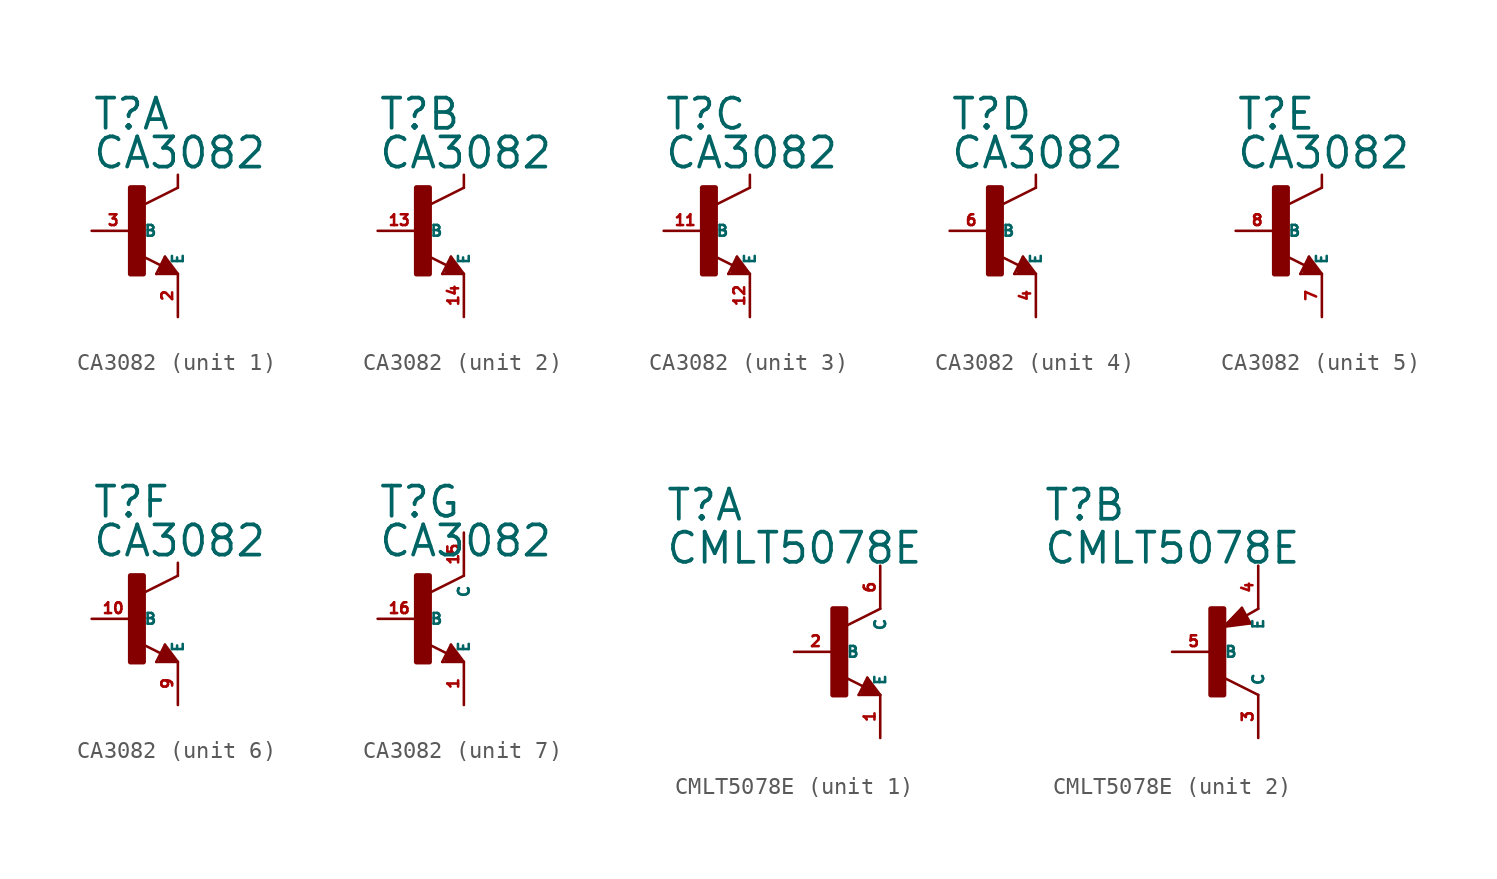
<source format=kicad_sym>
(kicad_symbol_lib
  (version 20220914)
  (generator Eagle2Kicad)
  (symbol "CA3082"
    (property "Reference" "T"
      (at -2.54 5.842 0)
      (effects (font (size 1.778 1.778) (thickness 0.22)) (justify left bottom)))
    (property "Value" "CA3082"
      (at -2.54 3.556 0)
      (effects (font (size 1.778 1.778) (thickness 0.22)) (justify left bottom)))
    (symbol "CA3082_1_0"
      (polyline (pts (xy 2.54 2.54) (xy 0.508 1.524)) (stroke (width 0.152) (type default)) (fill (type none)))
      (polyline (pts (xy 1.54 -2.04) (xy 0.308 -1.424)) (stroke (width 0.152) (type default)) (fill (type none)))
      (polyline (pts (xy 2.54 2.54) (xy 2.54 3.302)) (stroke (width 0.152) (type default)) (fill (type none)))
      (polyline (pts (xy 1.778 -1.524) (xy 2.54 -2.54)) (stroke (width 0.152) (type default)) (fill (type none)))
      (polyline (pts (xy 2.54 -2.54) (xy 1.27 -2.54)) (stroke (width 0.152) (type default)) (fill (type none)))
      (polyline (pts (xy 1.27 -2.54) (xy 1.778 -1.524)) (stroke (width 0.152) (type default)) (fill (type none)))
      (polyline (pts (xy 1.524 -2.413) (xy 2.286 -2.413)) (stroke (width 0.254) (type default)) (fill (type none)))
      (polyline (pts (xy 2.286 -2.413) (xy 1.778 -1.778)) (stroke (width 0.254) (type default)) (fill (type none)))
      (polyline (pts (xy 1.778 -1.778) (xy 1.524 -2.286)) (stroke (width 0.254) (type default)) (fill (type none)))
      (polyline (pts (xy 1.524 -2.286) (xy 1.905 -2.286)) (stroke (width 0.254) (type default)) (fill (type none)))
      (polyline (pts (xy 1.905 -2.286) (xy 1.778 -2.032)) (stroke (width 0.254) (type default)) (fill (type none)))
      (rectangle (start -0.254 -2.54) (end 0.508 2.54) (stroke (width 0.3) (type default)) (fill (type outline)))
      (pin passive line (at -2.54 0 0) (length 2.54) (name "B" (effects (font (size 0.635 0.635) (thickness 0.08)) (justify left bottom))) (number "3" (effects (font (size 0.635 0.635) (thickness 0.08)) (justify left bottom))))
      (pin passive line (at 2.54 -5.08 90) (length 2.54) (name "E" (effects (font (size 0.635 0.635) (thickness 0.08)) (justify left bottom))) (number "2" (effects (font (size 0.635 0.635) (thickness 0.08)) (justify left bottom)))))
    (symbol "CA3082_2_0"
      (polyline (pts (xy 2.54 2.54) (xy 0.508 1.524)) (stroke (width 0.152) (type default)) (fill (type none)))
      (polyline (pts (xy 1.54 -2.04) (xy 0.308 -1.424)) (stroke (width 0.152) (type default)) (fill (type none)))
      (polyline (pts (xy 2.54 2.54) (xy 2.54 3.302)) (stroke (width 0.152) (type default)) (fill (type none)))
      (polyline (pts (xy 1.778 -1.524) (xy 2.54 -2.54)) (stroke (width 0.152) (type default)) (fill (type none)))
      (polyline (pts (xy 2.54 -2.54) (xy 1.27 -2.54)) (stroke (width 0.152) (type default)) (fill (type none)))
      (polyline (pts (xy 1.27 -2.54) (xy 1.778 -1.524)) (stroke (width 0.152) (type default)) (fill (type none)))
      (polyline (pts (xy 1.524 -2.413) (xy 2.286 -2.413)) (stroke (width 0.254) (type default)) (fill (type none)))
      (polyline (pts (xy 2.286 -2.413) (xy 1.778 -1.778)) (stroke (width 0.254) (type default)) (fill (type none)))
      (polyline (pts (xy 1.778 -1.778) (xy 1.524 -2.286)) (stroke (width 0.254) (type default)) (fill (type none)))
      (polyline (pts (xy 1.524 -2.286) (xy 1.905 -2.286)) (stroke (width 0.254) (type default)) (fill (type none)))
      (polyline (pts (xy 1.905 -2.286) (xy 1.778 -2.032)) (stroke (width 0.254) (type default)) (fill (type none)))
      (rectangle (start -0.254 -2.54) (end 0.508 2.54) (stroke (width 0.3) (type default)) (fill (type outline)))
      (pin passive line (at -2.54 0 0) (length 2.54) (name "B" (effects (font (size 0.635 0.635) (thickness 0.08)) (justify left bottom))) (number "13" (effects (font (size 0.635 0.635) (thickness 0.08)) (justify left bottom))))
      (pin passive line (at 2.54 -5.08 90) (length 2.54) (name "E" (effects (font (size 0.635 0.635) (thickness 0.08)) (justify left bottom))) (number "14" (effects (font (size 0.635 0.635) (thickness 0.08)) (justify left bottom)))))
    (symbol "CA3082_3_0"
      (polyline (pts (xy 2.54 2.54) (xy 0.508 1.524)) (stroke (width 0.152) (type default)) (fill (type none)))
      (polyline (pts (xy 1.54 -2.04) (xy 0.308 -1.424)) (stroke (width 0.152) (type default)) (fill (type none)))
      (polyline (pts (xy 2.54 2.54) (xy 2.54 3.302)) (stroke (width 0.152) (type default)) (fill (type none)))
      (polyline (pts (xy 1.778 -1.524) (xy 2.54 -2.54)) (stroke (width 0.152) (type default)) (fill (type none)))
      (polyline (pts (xy 2.54 -2.54) (xy 1.27 -2.54)) (stroke (width 0.152) (type default)) (fill (type none)))
      (polyline (pts (xy 1.27 -2.54) (xy 1.778 -1.524)) (stroke (width 0.152) (type default)) (fill (type none)))
      (polyline (pts (xy 1.524 -2.413) (xy 2.286 -2.413)) (stroke (width 0.254) (type default)) (fill (type none)))
      (polyline (pts (xy 2.286 -2.413) (xy 1.778 -1.778)) (stroke (width 0.254) (type default)) (fill (type none)))
      (polyline (pts (xy 1.778 -1.778) (xy 1.524 -2.286)) (stroke (width 0.254) (type default)) (fill (type none)))
      (polyline (pts (xy 1.524 -2.286) (xy 1.905 -2.286)) (stroke (width 0.254) (type default)) (fill (type none)))
      (polyline (pts (xy 1.905 -2.286) (xy 1.778 -2.032)) (stroke (width 0.254) (type default)) (fill (type none)))
      (rectangle (start -0.254 -2.54) (end 0.508 2.54) (stroke (width 0.3) (type default)) (fill (type outline)))
      (pin passive line (at -2.54 0 0) (length 2.54) (name "B" (effects (font (size 0.635 0.635) (thickness 0.08)) (justify left bottom))) (number "11" (effects (font (size 0.635 0.635) (thickness 0.08)) (justify left bottom))))
      (pin passive line (at 2.54 -5.08 90) (length 2.54) (name "E" (effects (font (size 0.635 0.635) (thickness 0.08)) (justify left bottom))) (number "12" (effects (font (size 0.635 0.635) (thickness 0.08)) (justify left bottom)))))
    (symbol "CA3082_4_0"
      (polyline (pts (xy 2.54 2.54) (xy 0.508 1.524)) (stroke (width 0.152) (type default)) (fill (type none)))
      (polyline (pts (xy 1.54 -2.04) (xy 0.308 -1.424)) (stroke (width 0.152) (type default)) (fill (type none)))
      (polyline (pts (xy 2.54 2.54) (xy 2.54 3.302)) (stroke (width 0.152) (type default)) (fill (type none)))
      (polyline (pts (xy 1.778 -1.524) (xy 2.54 -2.54)) (stroke (width 0.152) (type default)) (fill (type none)))
      (polyline (pts (xy 2.54 -2.54) (xy 1.27 -2.54)) (stroke (width 0.152) (type default)) (fill (type none)))
      (polyline (pts (xy 1.27 -2.54) (xy 1.778 -1.524)) (stroke (width 0.152) (type default)) (fill (type none)))
      (polyline (pts (xy 1.524 -2.413) (xy 2.286 -2.413)) (stroke (width 0.254) (type default)) (fill (type none)))
      (polyline (pts (xy 2.286 -2.413) (xy 1.778 -1.778)) (stroke (width 0.254) (type default)) (fill (type none)))
      (polyline (pts (xy 1.778 -1.778) (xy 1.524 -2.286)) (stroke (width 0.254) (type default)) (fill (type none)))
      (polyline (pts (xy 1.524 -2.286) (xy 1.905 -2.286)) (stroke (width 0.254) (type default)) (fill (type none)))
      (polyline (pts (xy 1.905 -2.286) (xy 1.778 -2.032)) (stroke (width 0.254) (type default)) (fill (type none)))
      (rectangle (start -0.254 -2.54) (end 0.508 2.54) (stroke (width 0.3) (type default)) (fill (type outline)))
      (pin passive line (at -2.54 0 0) (length 2.54) (name "B" (effects (font (size 0.635 0.635) (thickness 0.08)) (justify left bottom))) (number "6" (effects (font (size 0.635 0.635) (thickness 0.08)) (justify left bottom))))
      (pin passive line (at 2.54 -5.08 90) (length 2.54) (name "E" (effects (font (size 0.635 0.635) (thickness 0.08)) (justify left bottom))) (number "4" (effects (font (size 0.635 0.635) (thickness 0.08)) (justify left bottom)))))
    (symbol "CA3082_5_0"
      (polyline (pts (xy 2.54 2.54) (xy 0.508 1.524)) (stroke (width 0.152) (type default)) (fill (type none)))
      (polyline (pts (xy 1.54 -2.04) (xy 0.308 -1.424)) (stroke (width 0.152) (type default)) (fill (type none)))
      (polyline (pts (xy 2.54 2.54) (xy 2.54 3.302)) (stroke (width 0.152) (type default)) (fill (type none)))
      (polyline (pts (xy 1.778 -1.524) (xy 2.54 -2.54)) (stroke (width 0.152) (type default)) (fill (type none)))
      (polyline (pts (xy 2.54 -2.54) (xy 1.27 -2.54)) (stroke (width 0.152) (type default)) (fill (type none)))
      (polyline (pts (xy 1.27 -2.54) (xy 1.778 -1.524)) (stroke (width 0.152) (type default)) (fill (type none)))
      (polyline (pts (xy 1.524 -2.413) (xy 2.286 -2.413)) (stroke (width 0.254) (type default)) (fill (type none)))
      (polyline (pts (xy 2.286 -2.413) (xy 1.778 -1.778)) (stroke (width 0.254) (type default)) (fill (type none)))
      (polyline (pts (xy 1.778 -1.778) (xy 1.524 -2.286)) (stroke (width 0.254) (type default)) (fill (type none)))
      (polyline (pts (xy 1.524 -2.286) (xy 1.905 -2.286)) (stroke (width 0.254) (type default)) (fill (type none)))
      (polyline (pts (xy 1.905 -2.286) (xy 1.778 -2.032)) (stroke (width 0.254) (type default)) (fill (type none)))
      (rectangle (start -0.254 -2.54) (end 0.508 2.54) (stroke (width 0.3) (type default)) (fill (type outline)))
      (pin passive line (at -2.54 0 0) (length 2.54) (name "B" (effects (font (size 0.635 0.635) (thickness 0.08)) (justify left bottom))) (number "8" (effects (font (size 0.635 0.635) (thickness 0.08)) (justify left bottom))))
      (pin passive line (at 2.54 -5.08 90) (length 2.54) (name "E" (effects (font (size 0.635 0.635) (thickness 0.08)) (justify left bottom))) (number "7" (effects (font (size 0.635 0.635) (thickness 0.08)) (justify left bottom)))))
    (symbol "CA3082_6_0"
      (polyline (pts (xy 2.54 2.54) (xy 0.508 1.524)) (stroke (width 0.152) (type default)) (fill (type none)))
      (polyline (pts (xy 1.54 -2.04) (xy 0.308 -1.424)) (stroke (width 0.152) (type default)) (fill (type none)))
      (polyline (pts (xy 2.54 2.54) (xy 2.54 3.302)) (stroke (width 0.152) (type default)) (fill (type none)))
      (polyline (pts (xy 1.778 -1.524) (xy 2.54 -2.54)) (stroke (width 0.152) (type default)) (fill (type none)))
      (polyline (pts (xy 2.54 -2.54) (xy 1.27 -2.54)) (stroke (width 0.152) (type default)) (fill (type none)))
      (polyline (pts (xy 1.27 -2.54) (xy 1.778 -1.524)) (stroke (width 0.152) (type default)) (fill (type none)))
      (polyline (pts (xy 1.524 -2.413) (xy 2.286 -2.413)) (stroke (width 0.254) (type default)) (fill (type none)))
      (polyline (pts (xy 2.286 -2.413) (xy 1.778 -1.778)) (stroke (width 0.254) (type default)) (fill (type none)))
      (polyline (pts (xy 1.778 -1.778) (xy 1.524 -2.286)) (stroke (width 0.254) (type default)) (fill (type none)))
      (polyline (pts (xy 1.524 -2.286) (xy 1.905 -2.286)) (stroke (width 0.254) (type default)) (fill (type none)))
      (polyline (pts (xy 1.905 -2.286) (xy 1.778 -2.032)) (stroke (width 0.254) (type default)) (fill (type none)))
      (rectangle (start -0.254 -2.54) (end 0.508 2.54) (stroke (width 0.3) (type default)) (fill (type outline)))
      (pin passive line (at -2.54 0 0) (length 2.54) (name "B" (effects (font (size 0.635 0.635) (thickness 0.08)) (justify left bottom))) (number "10" (effects (font (size 0.635 0.635) (thickness 0.08)) (justify left bottom))))
      (pin passive line (at 2.54 -5.08 90) (length 2.54) (name "E" (effects (font (size 0.635 0.635) (thickness 0.08)) (justify left bottom))) (number "9" (effects (font (size 0.635 0.635) (thickness 0.08)) (justify left bottom)))))
    (symbol "CA3082_7_0"
      (polyline (pts (xy 2.54 2.54) (xy 0.508 1.524)) (stroke (width 0.152) (type default)) (fill (type none)))
      (polyline (pts (xy 1.54 -2.04) (xy 0.308 -1.424)) (stroke (width 0.152) (type default)) (fill (type none)))
      (polyline (pts (xy 1.778 -1.524) (xy 2.54 -2.54)) (stroke (width 0.152) (type default)) (fill (type none)))
      (polyline (pts (xy 2.54 -2.54) (xy 1.27 -2.54)) (stroke (width 0.152) (type default)) (fill (type none)))
      (polyline (pts (xy 1.27 -2.54) (xy 1.778 -1.524)) (stroke (width 0.152) (type default)) (fill (type none)))
      (polyline (pts (xy 1.524 -2.413) (xy 2.286 -2.413)) (stroke (width 0.254) (type default)) (fill (type none)))
      (polyline (pts (xy 2.286 -2.413) (xy 1.778 -1.778)) (stroke (width 0.254) (type default)) (fill (type none)))
      (polyline (pts (xy 1.778 -1.778) (xy 1.524 -2.286)) (stroke (width 0.254) (type default)) (fill (type none)))
      (polyline (pts (xy 1.524 -2.286) (xy 1.905 -2.286)) (stroke (width 0.254) (type default)) (fill (type none)))
      (polyline (pts (xy 1.905 -2.286) (xy 1.778 -2.032)) (stroke (width 0.254) (type default)) (fill (type none)))
      (rectangle (start -0.254 -2.54) (end 0.508 2.54) (stroke (width 0.3) (type default)) (fill (type outline)))
      (pin passive line (at -2.54 0 0) (length 2.54) (name "B" (effects (font (size 0.635 0.635) (thickness 0.08)) (justify left bottom))) (number "16" (effects (font (size 0.635 0.635) (thickness 0.08)) (justify left bottom))))
      (pin passive line (at 2.54 -5.08 90) (length 2.54) (name "E" (effects (font (size 0.635 0.635) (thickness 0.08)) (justify left bottom))) (number "1" (effects (font (size 0.635 0.635) (thickness 0.08)) (justify left bottom))))
      (pin passive line (at 2.54 5.08 270) (length 2.54) (name "C" (effects (font (size 0.635 0.635) (thickness 0.08)) (justify left bottom))) (number "15" (effects (font (size 0.635 0.635) (thickness 0.08)) (justify left bottom))))))
  (symbol "CMLT5078E"
    (property "Reference" "T"
      (at -10.16 7.62 0)
      (effects (font (size 1.778 1.778) (thickness 0.22)) (justify left bottom)))
    (property "Value" "CMLT5078E"
      (at -10.16 5.08 0)
      (effects (font (size 1.778 1.778) (thickness 0.22)) (justify left bottom)))
    (symbol "CMLT5078E_1_0"
      (polyline (pts (xy 2.54 2.54) (xy 0.508 1.524)) (stroke (width 0.152) (type default)) (fill (type none)))
      (polyline (pts (xy 1.778 -1.524) (xy 2.54 -2.54)) (stroke (width 0.152) (type default)) (fill (type none)))
      (polyline (pts (xy 2.54 -2.54) (xy 1.27 -2.54)) (stroke (width 0.152) (type default)) (fill (type none)))
      (polyline (pts (xy 1.27 -2.54) (xy 1.778 -1.524)) (stroke (width 0.152) (type default)) (fill (type none)))
      (polyline (pts (xy 1.54 -2.04) (xy 0.308 -1.424)) (stroke (width 0.152) (type default)) (fill (type none)))
      (polyline (pts (xy 1.524 -2.413) (xy 2.286 -2.413)) (stroke (width 0.254) (type default)) (fill (type none)))
      (polyline (pts (xy 2.286 -2.413) (xy 1.778 -1.778)) (stroke (width 0.254) (type default)) (fill (type none)))
      (polyline (pts (xy 1.778 -1.778) (xy 1.524 -2.286)) (stroke (width 0.254) (type default)) (fill (type none)))
      (polyline (pts (xy 1.524 -2.286) (xy 1.905 -2.286)) (stroke (width 0.254) (type default)) (fill (type none)))
      (polyline (pts (xy 1.905 -2.286) (xy 1.778 -2.032)) (stroke (width 0.254) (type default)) (fill (type none)))
      (rectangle (start -0.254 -2.54) (end 0.508 2.54) (stroke (width 0.3) (type default)) (fill (type outline)))
      (pin passive line (at -2.54 0 0) (length 2.54) (name "B" (effects (font (size 0.635 0.635) (thickness 0.08)) (justify left bottom))) (number "2" (effects (font (size 0.635 0.635) (thickness 0.08)) (justify left bottom))))
      (pin passive line (at 2.54 -5.08 90) (length 2.54) (name "E" (effects (font (size 0.635 0.635) (thickness 0.08)) (justify left bottom))) (number "1" (effects (font (size 0.635 0.635) (thickness 0.08)) (justify left bottom))))
      (pin passive line (at 2.54 5.08 270) (length 2.54) (name "C" (effects (font (size 0.635 0.635) (thickness 0.08)) (justify left bottom))) (number "6" (effects (font (size 0.635 0.635) (thickness 0.08)) (justify left bottom)))))
    (symbol "CMLT5078E_2_0"
      (polyline (pts (xy 2.086 1.678) (xy 1.578 2.594)) (stroke (width 0.152) (type default)) (fill (type none)))
      (polyline (pts (xy 1.578 2.594) (xy 0.516 1.478)) (stroke (width 0.152) (type default)) (fill (type none)))
      (polyline (pts (xy 0.516 1.478) (xy 2.086 1.678)) (stroke (width 0.152) (type default)) (fill (type none)))
      (polyline (pts (xy 2.54 2.54) (xy 1.808 2.124)) (stroke (width 0.152) (type default)) (fill (type none)))
      (polyline (pts (xy 2.54 -2.54) (xy 0.508 -1.524)) (stroke (width 0.152) (type default)) (fill (type none)))
      (polyline (pts (xy 1.905 1.778) (xy 1.524 2.413)) (stroke (width 0.254) (type default)) (fill (type none)))
      (polyline (pts (xy 1.524 2.413) (xy 0.762 1.651)) (stroke (width 0.254) (type default)) (fill (type none)))
      (polyline (pts (xy 0.762 1.651) (xy 1.778 1.778)) (stroke (width 0.254) (type default)) (fill (type none)))
      (polyline (pts (xy 1.778 1.778) (xy 1.524 2.159)) (stroke (width 0.254) (type default)) (fill (type none)))
      (polyline (pts (xy 1.524 2.159) (xy 1.143 1.905)) (stroke (width 0.254) (type default)) (fill (type none)))
      (polyline (pts (xy 1.143 1.905) (xy 1.524 1.905)) (stroke (width 0.254) (type default)) (fill (type none)))
      (rectangle (start -0.254 -2.54) (end 0.508 2.54) (stroke (width 0.3) (type default)) (fill (type outline)))
      (pin passive line (at -2.54 0 0) (length 2.54) (name "B" (effects (font (size 0.635 0.635) (thickness 0.08)) (justify left bottom))) (number "5" (effects (font (size 0.635 0.635) (thickness 0.08)) (justify left bottom))))
      (pin passive line (at 2.54 5.08 270) (length 2.54) (name "E" (effects (font (size 0.635 0.635) (thickness 0.08)) (justify left bottom))) (number "4" (effects (font (size 0.635 0.635) (thickness 0.08)) (justify left bottom))))
      (pin passive line (at 2.54 -5.08 90) (length 2.54) (name "C" (effects (font (size 0.635 0.635) (thickness 0.08)) (justify left bottom))) (number "3" (effects (font (size 0.635 0.635) (thickness 0.08)) (justify left bottom)))))))
</source>
